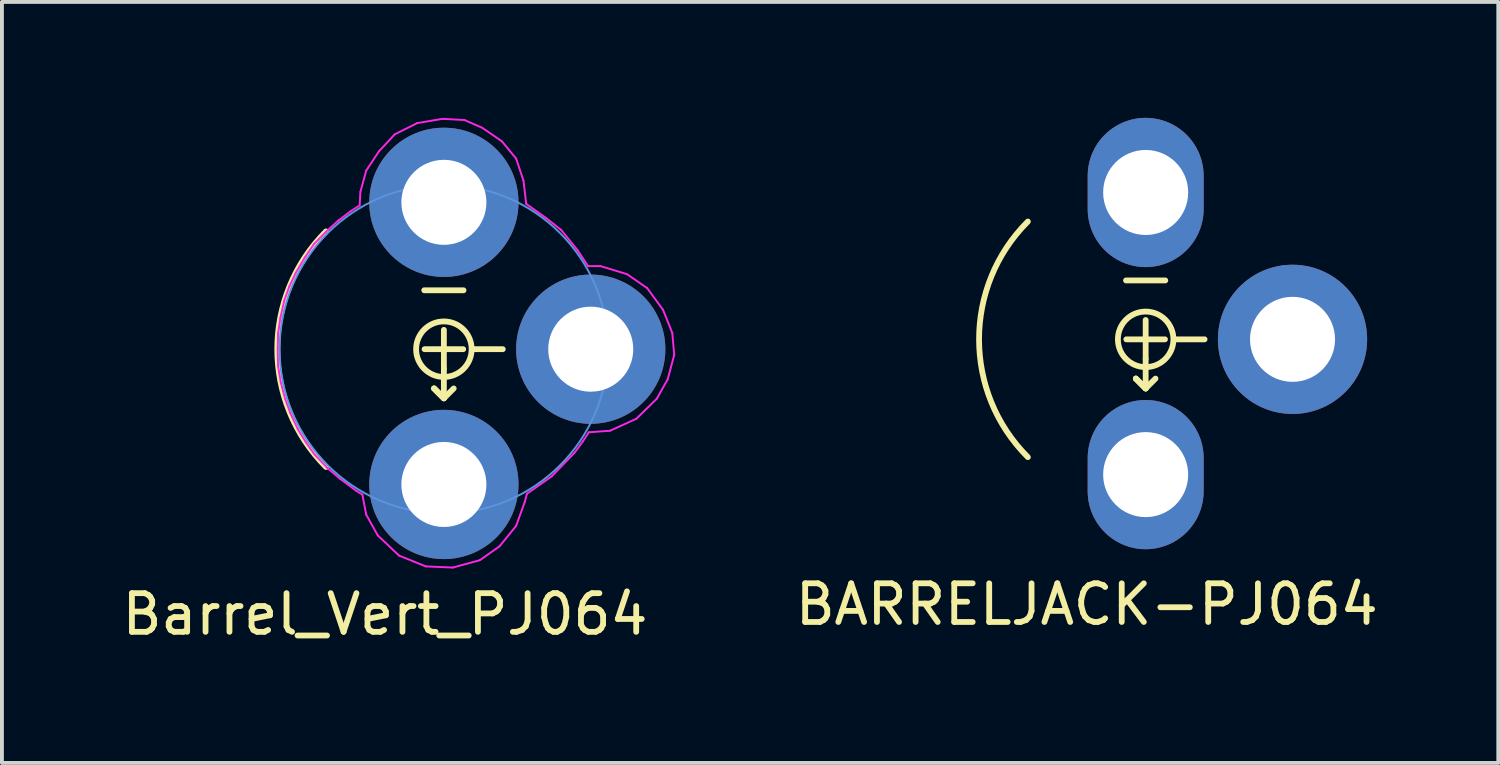
<source format=kicad_pcb>
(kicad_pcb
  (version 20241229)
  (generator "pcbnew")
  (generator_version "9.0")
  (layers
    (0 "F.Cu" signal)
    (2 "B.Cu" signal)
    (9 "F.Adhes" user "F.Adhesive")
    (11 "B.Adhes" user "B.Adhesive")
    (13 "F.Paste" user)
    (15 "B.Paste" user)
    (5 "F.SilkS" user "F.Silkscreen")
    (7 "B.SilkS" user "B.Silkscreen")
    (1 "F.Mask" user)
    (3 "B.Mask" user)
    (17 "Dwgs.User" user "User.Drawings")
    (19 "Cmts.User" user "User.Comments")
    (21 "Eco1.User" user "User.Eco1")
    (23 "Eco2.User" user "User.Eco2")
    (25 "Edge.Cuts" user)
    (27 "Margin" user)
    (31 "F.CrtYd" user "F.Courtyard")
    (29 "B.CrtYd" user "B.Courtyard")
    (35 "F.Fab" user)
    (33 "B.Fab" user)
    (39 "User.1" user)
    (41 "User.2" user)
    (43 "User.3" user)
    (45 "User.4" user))
  (footprint "BARRELJACK-PJ064"
    (layer "F.Cu")
    (at 26.593 5.73)
    (property "Reference" "BARRELJACK-PJ064" (at -1.524 6.858 0) (layer "F.SilkS") (effects (font (size 1 1) (thickness 0.15))))
    (attr through_hole)
    (fp_line (start -0.508 -1.524) (end 0.508 -1.524) (stroke (width 0.15) (type solid)) (layer "F.SilkS"))
    (fp_line (start -0.254 1.016) (end 0 1.27) (stroke (width 0.15) (type solid)) (layer "F.SilkS"))
    (fp_line (start 0 0.5) (end 0 -0.5) (stroke (width 0.15) (type solid)) (layer "F.SilkS"))
    (fp_line (start 0 0.508) (end 0 1.27) (stroke (width 0.15) (type solid)) (layer "F.SilkS"))
    (fp_line (start 0 1.27) (end -0.254 1.016) (stroke (width 0.15) (type solid)) (layer "F.SilkS"))
    (fp_line (start 0 1.27) (end -0.254 1.016) (stroke (width 0.15) (type solid)) (layer "F.SilkS"))
    (fp_line (start 0 1.27) (end 0.254 1.016) (stroke (width 0.15) (type solid)) (layer "F.SilkS"))
    (fp_line (start 0.5 0) (end -0.5 0) (stroke (width 0.15) (type solid)) (layer "F.SilkS"))
    (fp_line (start 0.762 0) (end 1.524 0) (stroke (width 0.15) (type solid)) (layer "F.SilkS"))
    (fp_arc (start -3.048 3.048) (mid -4.310523 0) (end -3.048 -3.048) (stroke (width 0.15) (type solid)) (layer "F.SilkS"))
    (fp_circle (center 0 0) (end -0.508 -0.508) (stroke (width 0.15) (type solid)) (fill no) (layer "F.SilkS"))
    (pad "1" thru_hole oval (at 0 3.5) (size 3 3.861) (drill 2.2) (layers "*.Cu" "*.Mask"))
    (pad "2" thru_hole circle (at 3.8 0) (size 3.861 3.861) (drill 2.2) (layers "*.Cu" "*.Mask"))
    (pad "3" thru_hole oval (at 0 -3.8) (size 3 3.861) (drill 2.2) (layers "*.Cu" "*.Mask")))
  (footprint "Barrel_Vert_PJ064"
    (layer "F.Cu")
    (at 8.435 5.985)
    (property "Reference" "Barrel_Vert_PJ064" (at -1.524 6.858 0) (layer "F.SilkS") (effects (font (size 1 1) (thickness 0.15))))
    (attr through_hole)
    (fp_line (start -0.508 -1.524) (end 0.508 -1.524) (stroke (width 0.15) (type solid)) (layer "F.SilkS"))
    (fp_line (start -0.254 1.016) (end 0 1.27) (stroke (width 0.15) (type solid)) (layer "F.SilkS"))
    (fp_line (start 0 0.5) (end 0 -0.5) (stroke (width 0.15) (type solid)) (layer "F.SilkS"))
    (fp_line (start 0 0.508) (end 0 1.27) (stroke (width 0.15) (type solid)) (layer "F.SilkS"))
    (fp_line (start 0 1.27) (end -0.254 1.016) (stroke (width 0.15) (type solid)) (layer "F.SilkS"))
    (fp_line (start 0 1.27) (end -0.254 1.016) (stroke (width 0.15) (type solid)) (layer "F.SilkS"))
    (fp_line (start 0 1.27) (end 0.254 1.016) (stroke (width 0.15) (type solid)) (layer "F.SilkS"))
    (fp_line (start 0.5 0) (end -0.5 0) (stroke (width 0.15) (type solid)) (layer "F.SilkS"))
    (fp_line (start 0.762 0) (end 1.524 0) (stroke (width 0.15) (type solid)) (layer "F.SilkS"))
    (fp_arc (start -3.048 3.048) (mid -4.310523 0) (end -3.048 -3.048) (stroke (width 0.15) (type solid)) (layer "F.SilkS"))
    (fp_circle (center 0 0) (end -0.508 -0.508) (stroke (width 0.15) (type solid)) (fill no) (layer "F.SilkS"))
    (fp_circle (center 0 0) (end -4.25 0) (stroke (width 0.05) (type solid)) (fill no) (layer "Cmts.User"))
    (fp_line (start -4.3 0.02) (end -4.29 0.44) (stroke (width 0.05) (type solid)) (layer "F.CrtYd"))
    (fp_line (start -4.29 -0.41) (end -4.3 0.02) (stroke (width 0.05) (type solid)) (layer "F.CrtYd"))
    (fp_line (start -4.29 0.44) (end -4.22 0.86) (stroke (width 0.05) (type solid)) (layer "F.CrtYd"))
    (fp_line (start -4.23 -0.81) (end -4.29 -0.41) (stroke (width 0.05) (type solid)) (layer "F.CrtYd"))
    (fp_line (start -4.22 0.86) (end -4.11 1.28) (stroke (width 0.05) (type solid)) (layer "F.CrtYd"))
    (fp_line (start -4.13 -1.26) (end -4.23 -0.81) (stroke (width 0.05) (type solid)) (layer "F.CrtYd"))
    (fp_line (start -4.11 1.28) (end -3.97 1.66) (stroke (width 0.05) (type solid)) (layer "F.CrtYd"))
    (fp_line (start -4 -1.62) (end -4.13 -1.26) (stroke (width 0.05) (type solid)) (layer "F.CrtYd"))
    (fp_line (start -3.97 1.66) (end -3.78 2.07) (stroke (width 0.05) (type solid)) (layer "F.CrtYd"))
    (fp_line (start -3.83 -1.98) (end -4 -1.62) (stroke (width 0.05) (type solid)) (layer "F.CrtYd"))
    (fp_line (start -3.78 2.07) (end -3.57 2.41) (stroke (width 0.05) (type solid)) (layer "F.CrtYd"))
    (fp_line (start -3.6 -2.37) (end -3.83 -1.98) (stroke (width 0.05) (type solid)) (layer "F.CrtYd"))
    (fp_line (start -3.57 2.41) (end -3.35 2.72) (stroke (width 0.05) (type solid)) (layer "F.CrtYd"))
    (fp_line (start -3.36 -2.72) (end -3.6 -2.37) (stroke (width 0.05) (type solid)) (layer "F.CrtYd"))
    (fp_line (start -3.35 2.72) (end -3.01 3.08) (stroke (width 0.05) (type solid)) (layer "F.CrtYd"))
    (fp_line (start -3.05 -3.04) (end -3.36 -2.72) (stroke (width 0.05) (type solid)) (layer "F.CrtYd"))
    (fp_line (start -3.01 3.08) (end -2.69 3.35) (stroke (width 0.05) (type solid)) (layer "F.CrtYd"))
    (fp_line (start -2.73 -3.33) (end -3.05 -3.04) (stroke (width 0.05) (type solid)) (layer "F.CrtYd"))
    (fp_line (start -2.69 3.35) (end -2.26 3.67) (stroke (width 0.05) (type solid)) (layer "F.CrtYd"))
    (fp_line (start -2.4 -3.58) (end -2.73 -3.33) (stroke (width 0.05) (type solid)) (layer "F.CrtYd"))
    (fp_line (start -2.26 3.67) (end -2.11 3.76) (stroke (width 0.05) (type solid)) (layer "F.CrtYd"))
    (fp_line (start -2.18 -3.72) (end -2.4 -3.58) (stroke (width 0.05) (type solid)) (layer "F.CrtYd"))
    (fp_line (start -2.16 -4.07) (end -2.18 -3.72) (stroke (width 0.05) (type solid)) (layer "F.CrtYd"))
    (fp_line (start -2.11 3.76) (end -2.01 4.28) (stroke (width 0.05) (type solid)) (layer "F.CrtYd"))
    (fp_line (start -2.01 -4.62) (end -2.16 -4.07) (stroke (width 0.05) (type solid)) (layer "F.CrtYd"))
    (fp_line (start -2.01 4.28) (end -1.71 4.82) (stroke (width 0.05) (type solid)) (layer "F.CrtYd"))
    (fp_line (start -1.71 4.82) (end -1.16 5.34) (stroke (width 0.05) (type solid)) (layer "F.CrtYd"))
    (fp_line (start -1.68 -5.12) (end -2.01 -4.62) (stroke (width 0.05) (type solid)) (layer "F.CrtYd"))
    (fp_line (start -1.27 -5.56) (end -1.68 -5.12) (stroke (width 0.05) (type solid)) (layer "F.CrtYd"))
    (fp_line (start -1.16 5.34) (end -0.47 5.62) (stroke (width 0.05) (type solid)) (layer "F.CrtYd"))
    (fp_line (start -0.69 -5.85) (end -1.27 -5.56) (stroke (width 0.05) (type solid)) (layer "F.CrtYd"))
    (fp_line (start -0.47 5.62) (end 0.23 5.65) (stroke (width 0.05) (type solid)) (layer "F.CrtYd"))
    (fp_line (start -0.04 -5.96) (end -0.69 -5.85) (stroke (width 0.05) (type solid)) (layer "F.CrtYd"))
    (fp_line (start 0.23 5.65) (end 0.93 5.46) (stroke (width 0.05) (type solid)) (layer "F.CrtYd"))
    (fp_line (start 0.53 -5.93) (end -0.04 -5.96) (stroke (width 0.05) (type solid)) (layer "F.CrtYd"))
    (fp_line (start 0.93 5.46) (end 1.44 5.1) (stroke (width 0.05) (type solid)) (layer "F.CrtYd"))
    (fp_line (start 0.99 -5.73) (end 0.53 -5.93) (stroke (width 0.05) (type solid)) (layer "F.CrtYd"))
    (fp_line (start 1.44 5.1) (end 1.87 4.57) (stroke (width 0.05) (type solid)) (layer "F.CrtYd"))
    (fp_line (start 1.5 -5.38) (end 0.99 -5.73) (stroke (width 0.05) (type solid)) (layer "F.CrtYd"))
    (fp_line (start 1.87 -4.93) (end 1.5 -5.38) (stroke (width 0.05) (type solid)) (layer "F.CrtYd"))
    (fp_line (start 1.87 4.57) (end 2.09 3.96) (stroke (width 0.05) (type solid)) (layer "F.CrtYd"))
    (fp_line (start 2.06 -4.36) (end 1.87 -4.93) (stroke (width 0.05) (type solid)) (layer "F.CrtYd"))
    (fp_line (start 2.09 3.96) (end 2.15 3.74) (stroke (width 0.05) (type solid)) (layer "F.CrtYd"))
    (fp_line (start 2.13 -3.76) (end 2.06 -4.36) (stroke (width 0.05) (type solid)) (layer "F.CrtYd"))
    (fp_line (start 2.15 3.74) (end 2.79 3.29) (stroke (width 0.05) (type solid)) (layer "F.CrtYd"))
    (fp_line (start 2.65 -3.39) (end 2.13 -3.76) (stroke (width 0.05) (type solid)) (layer "F.CrtYd"))
    (fp_line (start 2.79 3.29) (end 3.38 2.68) (stroke (width 0.05) (type solid)) (layer "F.CrtYd"))
    (fp_line (start 3.04 -3.08) (end 2.65 -3.39) (stroke (width 0.05) (type solid)) (layer "F.CrtYd"))
    (fp_line (start 3.38 2.68) (end 3.6 2.38) (stroke (width 0.05) (type solid)) (layer "F.CrtYd"))
    (fp_line (start 3.46 -2.56) (end 3.04 -3.08) (stroke (width 0.05) (type solid)) (layer "F.CrtYd"))
    (fp_line (start 3.6 2.38) (end 3.75 2.15) (stroke (width 0.05) (type solid)) (layer "F.CrtYd"))
    (fp_line (start 3.73 -2.15) (end 3.46 -2.56) (stroke (width 0.05) (type solid)) (layer "F.CrtYd"))
    (fp_line (start 3.75 2.15) (end 4.3 2.11) (stroke (width 0.05) (type solid)) (layer "F.CrtYd"))
    (fp_line (start 4.05 -2.15) (end 3.73 -2.15) (stroke (width 0.05) (type solid)) (layer "F.CrtYd"))
    (fp_line (start 4.3 2.11) (end 4.98 1.8) (stroke (width 0.05) (type solid)) (layer "F.CrtYd"))
    (fp_line (start 4.74 -1.94) (end 4.05 -2.15) (stroke (width 0.05) (type solid)) (layer "F.CrtYd"))
    (fp_line (start 4.98 1.8) (end 5.51 1.28) (stroke (width 0.05) (type solid)) (layer "F.CrtYd"))
    (fp_line (start 5.26 -1.58) (end 4.74 -1.94) (stroke (width 0.05) (type solid)) (layer "F.CrtYd"))
    (fp_line (start 5.51 1.28) (end 5.79 0.78) (stroke (width 0.05) (type solid)) (layer "F.CrtYd"))
    (fp_line (start 5.67 -1.02) (end 5.26 -1.58) (stroke (width 0.05) (type solid)) (layer "F.CrtYd"))
    (fp_line (start 5.79 0.78) (end 5.96 0.15) (stroke (width 0.05) (type solid)) (layer "F.CrtYd"))
    (fp_line (start 5.91 -0.42) (end 5.67 -1.02) (stroke (width 0.05) (type solid)) (layer "F.CrtYd"))
    (fp_line (start 5.96 0.15) (end 5.91 -0.42) (stroke (width 0.05) (type solid)) (layer "F.CrtYd"))
    (pad "1" thru_hole circle (at 0 3.5) (size 3.861 3.861) (drill 2.2) (layers "*.Cu" "*.Mask"))
    (pad "2" thru_hole circle (at 3.8 0) (size 3.861 3.861) (drill 2.2) (layers "*.Cu" "*.Mask"))
    (pad "3" thru_hole circle (at 0 -3.8) (size 3.861 3.861) (drill 2.2) (layers "*.Cu" "*.Mask")))
  (gr_rect
    (start -3 -3)
    (end 35.717 16.691)
    (stroke (width 0.1) (type default))
    (fill no)
    (layer "Edge.Cuts")))
</source>
